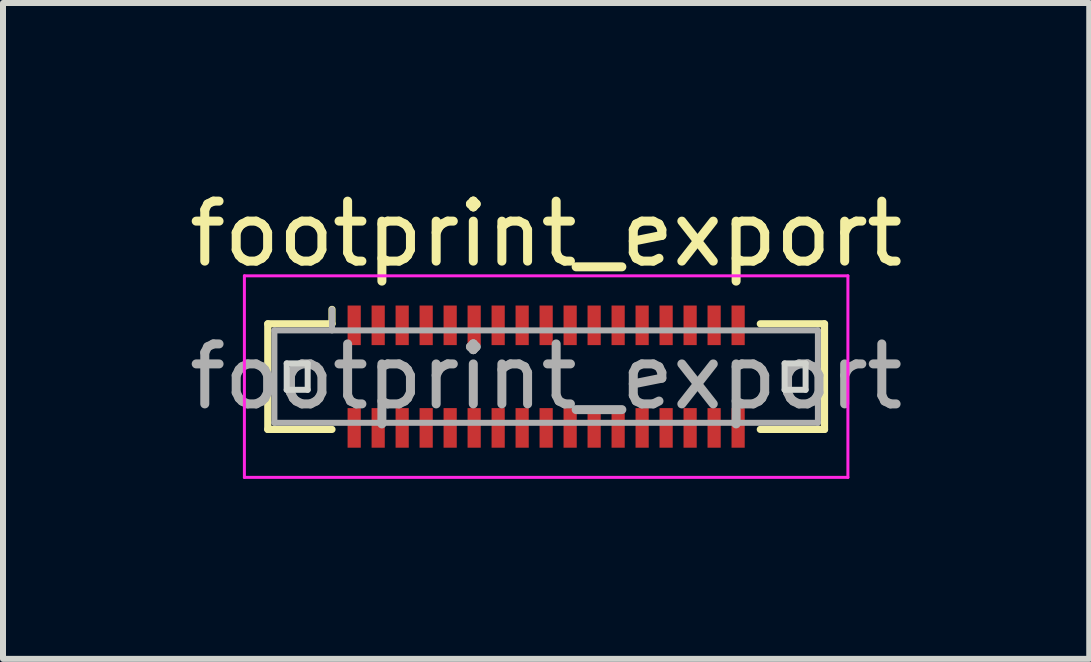
<source format=kicad_pcb>
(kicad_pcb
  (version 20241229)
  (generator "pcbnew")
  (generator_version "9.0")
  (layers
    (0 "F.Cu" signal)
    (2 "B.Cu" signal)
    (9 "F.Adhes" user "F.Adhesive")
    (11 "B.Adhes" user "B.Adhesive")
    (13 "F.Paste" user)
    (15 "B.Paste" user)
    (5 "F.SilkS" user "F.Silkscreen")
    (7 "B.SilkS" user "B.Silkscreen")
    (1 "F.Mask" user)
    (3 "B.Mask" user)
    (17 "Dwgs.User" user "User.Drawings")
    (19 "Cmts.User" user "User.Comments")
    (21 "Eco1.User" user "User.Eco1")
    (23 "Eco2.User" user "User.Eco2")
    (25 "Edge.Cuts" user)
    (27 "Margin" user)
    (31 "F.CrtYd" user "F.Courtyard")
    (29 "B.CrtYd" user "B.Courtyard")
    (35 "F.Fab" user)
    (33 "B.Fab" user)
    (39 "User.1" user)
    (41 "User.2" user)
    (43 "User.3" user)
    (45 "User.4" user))
  (footprint "footprint_export"
    (layer "F.Cu")
    (at 6.054 3.228)
    (property "Reference" "footprint_export" (at 0 -2.38 0) (layer "F.SilkS") (effects (font (size 1 1) (thickness 0.15))))
    (attr smd)
    (fp_line (start -4.64 -0.88) (end -3.57 -0.88) (stroke (width 0.12) (type solid)) (layer "F.SilkS"))
    (fp_line (start -4.64 0.88) (end -4.64 -0.88) (stroke (width 0.12) (type solid)) (layer "F.SilkS"))
    (fp_line (start -3.57 -0.88) (end -3.57 -1.12) (stroke (width 0.12) (type solid)) (layer "F.SilkS"))
    (fp_line (start -3.57 0.88) (end -4.64 0.88) (stroke (width 0.12) (type solid)) (layer "F.SilkS"))
    (fp_line (start 3.57 0.88) (end 4.64 0.88) (stroke (width 0.12) (type solid)) (layer "F.SilkS"))
    (fp_line (start 4.64 -0.88) (end 3.57 -0.88) (stroke (width 0.12) (type solid)) (layer "F.SilkS"))
    (fp_line (start 4.64 0.88) (end 4.64 -0.88) (stroke (width 0.12) (type solid)) (layer "F.SilkS"))
    (fp_line (start -4.325 -0.22) (end -4.325 0.22) (stroke (width 0.1) (type solid)) (layer "Edge.Cuts"))
    (fp_line (start -4.325 0.22) (end -3.975 0.22) (stroke (width 0.1) (type solid)) (layer "Edge.Cuts"))
    (fp_line (start -3.975 -0.22) (end -4.325 -0.22) (stroke (width 0.1) (type solid)) (layer "Edge.Cuts"))
    (fp_line (start -3.975 0.22) (end -3.975 -0.22) (stroke (width 0.1) (type solid)) (layer "Edge.Cuts"))
    (fp_line (start 3.975 -0.22) (end 3.975 0.22) (stroke (width 0.1) (type solid)) (layer "Edge.Cuts"))
    (fp_line (start 3.975 0.22) (end 4.325 0.22) (stroke (width 0.1) (type solid)) (layer "Edge.Cuts"))
    (fp_line (start 4.325 -0.22) (end 3.975 -0.22) (stroke (width 0.1) (type solid)) (layer "Edge.Cuts"))
    (fp_line (start 4.325 0.22) (end 4.325 -0.22) (stroke (width 0.1) (type solid)) (layer "Edge.Cuts"))
    (fp_line (start -5.03 -1.68) (end -5.03 1.68) (stroke (width 0.05) (type solid)) (layer "F.CrtYd"))
    (fp_line (start -5.03 1.68) (end 5.03 1.68) (stroke (width 0.05) (type solid)) (layer "F.CrtYd"))
    (fp_line (start 5.03 -1.68) (end -5.03 -1.68) (stroke (width 0.05) (type solid)) (layer "F.CrtYd"))
    (fp_line (start 5.03 1.68) (end 5.03 -1.68) (stroke (width 0.05) (type solid)) (layer "F.CrtYd"))
    (fp_line (start -4.53 -0.77) (end -4.53 0.77) (stroke (width 0.1) (type solid)) (layer "F.Fab"))
    (fp_line (start -4.53 0.77) (end 4.53 0.77) (stroke (width 0.1) (type solid)) (layer "F.Fab"))
    (fp_line (start -3.57 -0.77) (end -3.57 -1.12) (stroke (width 0.1) (type solid)) (layer "F.Fab"))
    (fp_line (start 4.53 -0.77) (end -4.53 -0.77) (stroke (width 0.1) (type solid)) (layer "F.Fab"))
    (fp_line (start 4.53 0.77) (end 4.53 -0.77) (stroke (width 0.1) (type solid)) (layer "F.Fab"))
    (fp_text user "${REFERENCE}" (at 0 0 0) (layer "F.Fab") (effects (font (size 1 1) (thickness 0.15))))
    (pad "1" smd rect (at -3.2 -0.855) (size 0.22 0.66) (layers "F.Cu" "F.Mask" "F.Paste"))
    (pad "2" smd rect (at -3.2 0.855) (size 0.22 0.66) (layers "F.Cu" "F.Mask" "F.Paste"))
    (pad "3" smd rect (at -2.8 -0.855) (size 0.22 0.66) (layers "F.Cu" "F.Mask" "F.Paste"))
    (pad "4" smd rect (at -2.8 0.855) (size 0.22 0.66) (layers "F.Cu" "F.Mask" "F.Paste"))
    (pad "5" smd rect (at -2.4 -0.855) (size 0.22 0.66) (layers "F.Cu" "F.Mask" "F.Paste"))
    (pad "6" smd rect (at -2.4 0.855) (size 0.22 0.66) (layers "F.Cu" "F.Mask" "F.Paste"))
    (pad "7" smd rect (at -2 -0.855) (size 0.22 0.66) (layers "F.Cu" "F.Mask" "F.Paste"))
    (pad "8" smd rect (at -2 0.855) (size 0.22 0.66) (layers "F.Cu" "F.Mask" "F.Paste"))
    (pad "9" smd rect (at -1.6 -0.855) (size 0.22 0.66) (layers "F.Cu" "F.Mask" "F.Paste"))
    (pad "10" smd rect (at -1.6 0.855) (size 0.22 0.66) (layers "F.Cu" "F.Mask" "F.Paste"))
    (pad "11" smd rect (at -1.2 -0.855) (size 0.22 0.66) (layers "F.Cu" "F.Mask" "F.Paste"))
    (pad "12" smd rect (at -1.2 0.855) (size 0.22 0.66) (layers "F.Cu" "F.Mask" "F.Paste"))
    (pad "13" smd rect (at -0.8 -0.855) (size 0.22 0.66) (layers "F.Cu" "F.Mask" "F.Paste"))
    (pad "14" smd rect (at -0.8 0.855) (size 0.22 0.66) (layers "F.Cu" "F.Mask" "F.Paste"))
    (pad "15" smd rect (at -0.4 -0.855) (size 0.22 0.66) (layers "F.Cu" "F.Mask" "F.Paste"))
    (pad "16" smd rect (at -0.4 0.855) (size 0.22 0.66) (layers "F.Cu" "F.Mask" "F.Paste"))
    (pad "17" smd rect (at 0 -0.855) (size 0.22 0.66) (layers "F.Cu" "F.Mask" "F.Paste"))
    (pad "18" smd rect (at 0 0.855) (size 0.22 0.66) (layers "F.Cu" "F.Mask" "F.Paste"))
    (pad "19" smd rect (at 0.4 -0.855) (size 0.22 0.66) (layers "F.Cu" "F.Mask" "F.Paste"))
    (pad "20" smd rect (at 0.4 0.855) (size 0.22 0.66) (layers "F.Cu" "F.Mask" "F.Paste"))
    (pad "21" smd rect (at 0.8 -0.855) (size 0.22 0.66) (layers "F.Cu" "F.Mask" "F.Paste"))
    (pad "22" smd rect (at 0.8 0.855) (size 0.22 0.66) (layers "F.Cu" "F.Mask" "F.Paste"))
    (pad "23" smd rect (at 1.2 -0.855) (size 0.22 0.66) (layers "F.Cu" "F.Mask" "F.Paste"))
    (pad "24" smd rect (at 1.2 0.855) (size 0.22 0.66) (layers "F.Cu" "F.Mask" "F.Paste"))
    (pad "25" smd rect (at 1.6 -0.855) (size 0.22 0.66) (layers "F.Cu" "F.Mask" "F.Paste"))
    (pad "26" smd rect (at 1.6 0.855) (size 0.22 0.66) (layers "F.Cu" "F.Mask" "F.Paste"))
    (pad "27" smd rect (at 2 -0.855) (size 0.22 0.66) (layers "F.Cu" "F.Mask" "F.Paste"))
    (pad "28" smd rect (at 2 0.855) (size 0.22 0.66) (layers "F.Cu" "F.Mask" "F.Paste"))
    (pad "29" smd rect (at 2.4 -0.855) (size 0.22 0.66) (layers "F.Cu" "F.Mask" "F.Paste"))
    (pad "30" smd rect (at 2.4 0.855) (size 0.22 0.66) (layers "F.Cu" "F.Mask" "F.Paste"))
    (pad "31" smd rect (at 2.8 -0.855) (size 0.22 0.66) (layers "F.Cu" "F.Mask" "F.Paste"))
    (pad "32" smd rect (at 2.8 0.855) (size 0.22 0.66) (layers "F.Cu" "F.Mask" "F.Paste"))
    (pad "33" smd rect (at 3.2 -0.855) (size 0.22 0.66) (layers "F.Cu" "F.Mask" "F.Paste"))
    (pad "34" smd rect (at 3.2 0.855) (size 0.22 0.66) (layers "F.Cu" "F.Mask" "F.Paste")))
  (gr_rect
    (start -3 -3)
    (end 15.107 7.933)
    (stroke (width 0.1) (type default))
    (fill no)
    (layer "Edge.Cuts")))
</source>
